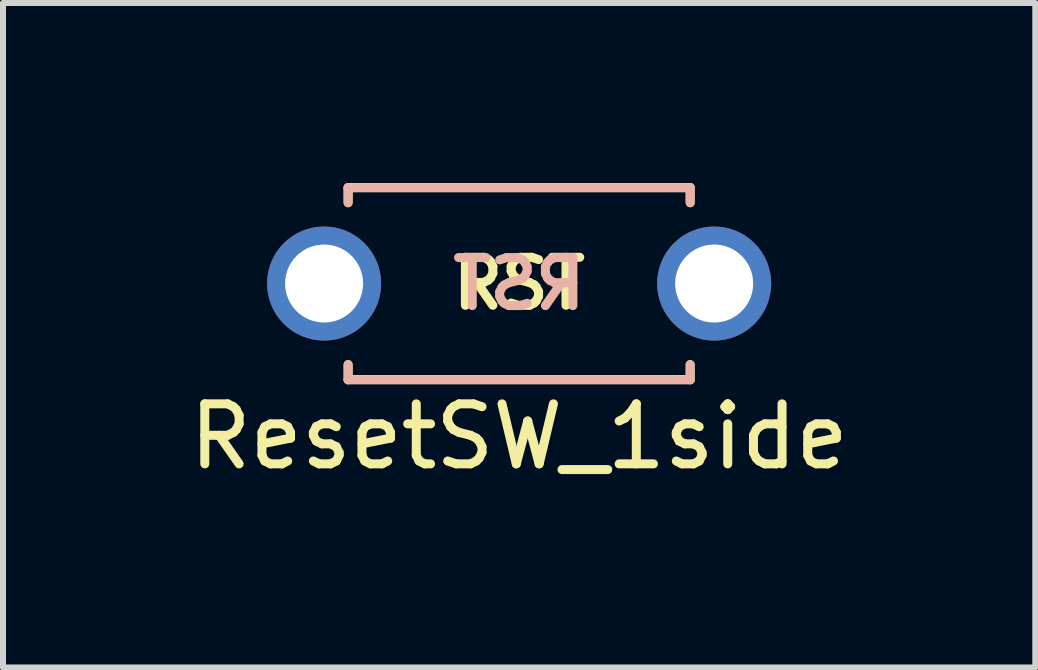
<source format=kicad_pcb>
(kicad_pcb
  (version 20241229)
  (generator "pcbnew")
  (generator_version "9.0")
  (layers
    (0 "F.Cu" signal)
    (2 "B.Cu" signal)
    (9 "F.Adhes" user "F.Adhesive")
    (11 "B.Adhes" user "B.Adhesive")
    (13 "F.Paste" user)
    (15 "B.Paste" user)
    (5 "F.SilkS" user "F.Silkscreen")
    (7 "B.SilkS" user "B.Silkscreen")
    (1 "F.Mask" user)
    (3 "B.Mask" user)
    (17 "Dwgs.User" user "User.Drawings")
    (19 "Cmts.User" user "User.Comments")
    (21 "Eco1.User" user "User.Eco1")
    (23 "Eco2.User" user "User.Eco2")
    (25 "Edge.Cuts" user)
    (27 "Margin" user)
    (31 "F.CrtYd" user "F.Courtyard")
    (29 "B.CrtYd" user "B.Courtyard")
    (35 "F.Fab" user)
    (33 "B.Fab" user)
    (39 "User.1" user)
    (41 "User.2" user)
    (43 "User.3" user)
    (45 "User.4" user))
  (footprint "ResetSW_1side"
    (layer "F.Cu")
    (at 5.601 1.675)
    (property "Reference" "ResetSW_1side" (at 0 2.55 180) (layer "F.SilkS") (effects (font (size 1 1) (thickness 0.15))))
    (attr through_hole)
    (fp_line (start -2.85 -1.6) (end -2.85 -1.35) (stroke (width 0.15) (type solid)) (layer "F.SilkS"))
    (fp_line (start -2.85 -1.6) (end 2.85 -1.6) (stroke (width 0.15) (type solid)) (layer "F.SilkS"))
    (fp_line (start -2.85 1.6) (end -2.85 1.35) (stroke (width 0.15) (type solid)) (layer "F.SilkS"))
    (fp_line (start -2.85 1.6) (end 2.85 1.6) (stroke (width 0.15) (type solid)) (layer "F.SilkS"))
    (fp_line (start 2.85 -1.6) (end 2.85 -1.35) (stroke (width 0.15) (type solid)) (layer "F.SilkS"))
    (fp_line (start 2.85 1.6) (end 2.85 1.35) (stroke (width 0.15) (type solid)) (layer "F.SilkS"))
    (fp_line (start -2.85 -1.595) (end -2.85 -1.345) (stroke (width 0.15) (type solid)) (layer "B.SilkS"))
    (fp_line (start -2.85 1.605) (end -2.85 1.355) (stroke (width 0.15) (type solid)) (layer "B.SilkS"))
    (fp_line (start 2.85 -1.595) (end -2.85 -1.595) (stroke (width 0.15) (type solid)) (layer "B.SilkS"))
    (fp_line (start 2.85 -1.595) (end 2.85 -1.345) (stroke (width 0.15) (type solid)) (layer "B.SilkS"))
    (fp_line (start 2.85 1.605) (end -2.85 1.605) (stroke (width 0.15) (type solid)) (layer "B.SilkS"))
    (fp_line (start 2.85 1.605) (end 2.85 1.355) (stroke (width 0.15) (type solid)) (layer "B.SilkS"))
    (fp_text user "RST" (at 0 0 180) (layer "F.SilkS") (effects (font (size 0.8 0.8) (thickness 0.15))))
    (fp_text user "RST" (at 0 0.005 180) (layer "B.SilkS") (effects (font (size 0.8 0.8) (thickness 0.15)) (justify mirror)))
    (pad "1" thru_hole circle (at 3.25 0) (size 1.9 1.9) (drill 1.3) (layers "*.Cu" "*.Mask"))
    (pad "2" thru_hole circle (at -3.25 0) (size 1.9 1.9) (drill 1.3) (layers "*.Cu" "*.Mask")))
  (gr_rect
    (start -3 -3)
    (end 14.202 8.073)
    (stroke (width 0.1) (type default))
    (fill no)
    (layer "Edge.Cuts")))
</source>
